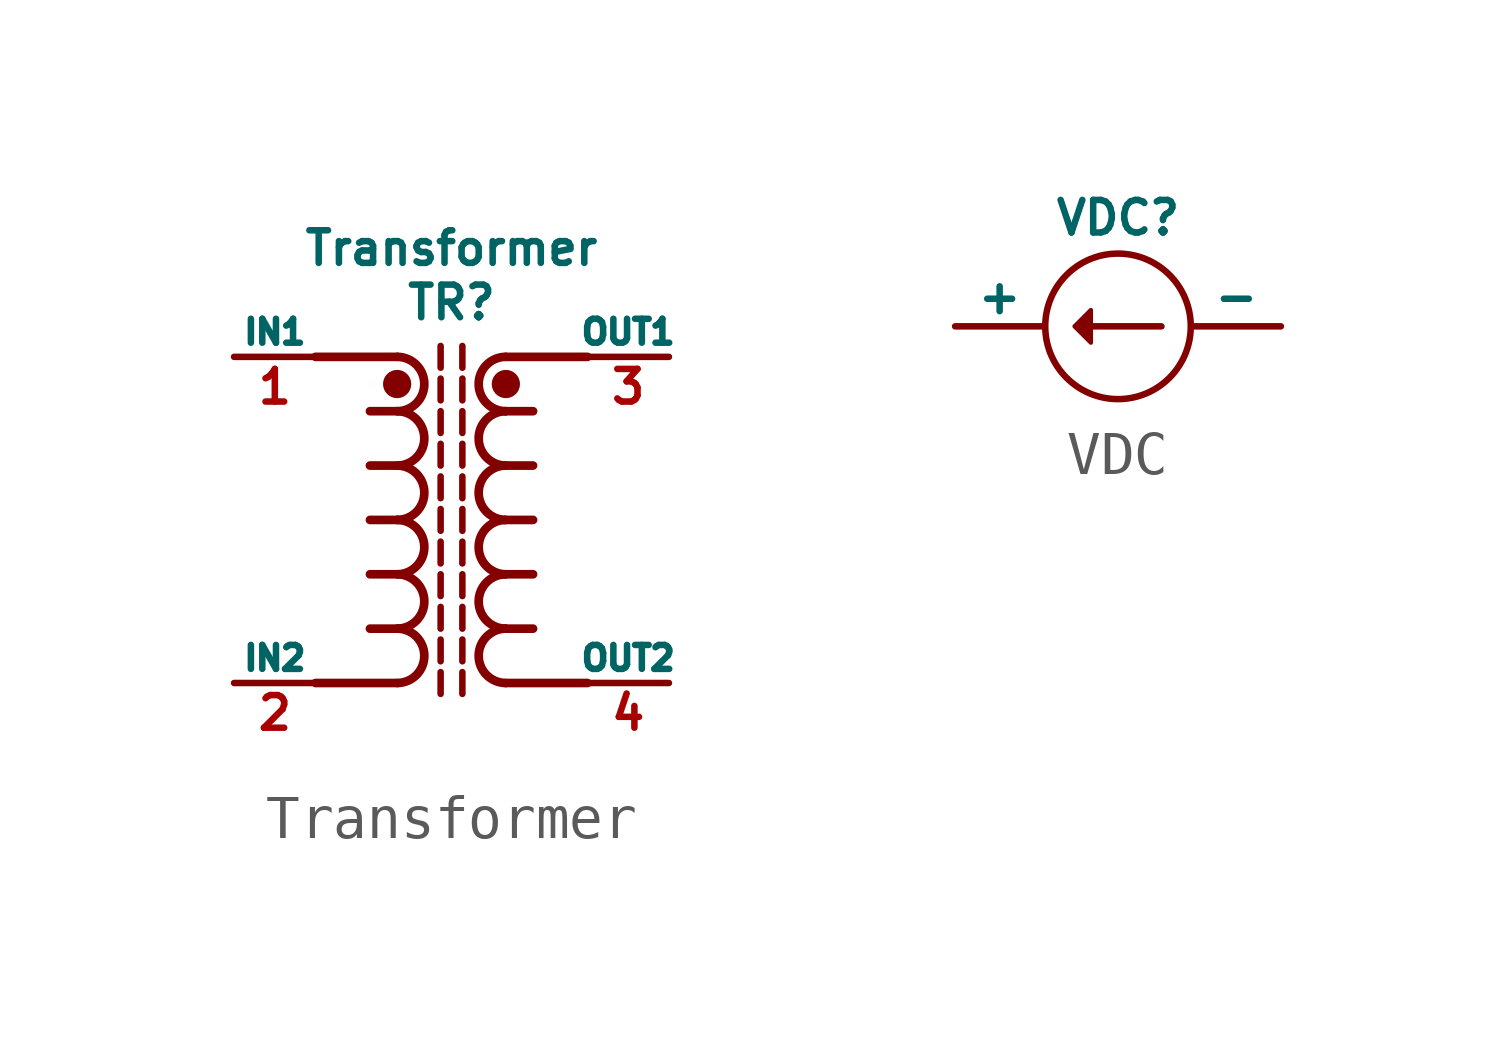
<source format=kicad_sym>
(kicad_symbol_lib
  (version 20231120)
  (generator "kicad_symbol_editor")
  (generator_version "8.0")
  (symbol "Transformer"
    (pin_names
      (offset 0))
    (property "Reference" "TR"
      (at 0 5.08 0)
      (effects (font (size 0.762 0.762))))
    (property "Value" "Transformer"
      (at 0 6.35 0)
      (effects (font (size 0.762 0.762))))
    (symbol "Transformer_1_1"
      (circle (center -1.27 3.175) (radius 0.254) (stroke (width 0) (type default)) (fill (type outline)))
      (arc (start -1.2587 -3.81) (mid -0.6349 -3.175) (end -1.2587 -2.54) (stroke (width 0.2032) (type default)) (fill (type none)))
      (arc (start -1.2587 -2.54) (mid -0.6349 -1.905) (end -1.2587 -1.27) (stroke (width 0.2032) (type default)) (fill (type none)))
      (arc (start -1.2587 -1.27) (mid -0.6349 -0.635) (end -1.2587 0) (stroke (width 0.2032) (type default)) (fill (type none)))
      (arc (start -1.2587 0) (mid -0.6349 0.635) (end -1.2587 1.27) (stroke (width 0.2032) (type default)) (fill (type none)))
      (arc (start -1.2587 1.27) (mid -0.6349 1.905) (end -1.2587 2.54) (stroke (width 0.2032) (type default)) (fill (type none)))
      (arc (start -1.2587 2.54) (mid -0.6349 3.175) (end -1.2587 3.81) (stroke (width 0.2032) (type default)) (fill (type none)))
      (polyline (pts (xy -1.27 -3.81) (xy -3.175 -3.81)) (stroke (width 0.203) (type default)) (fill (type none)))
      (polyline (pts (xy -1.27 -2.54) (xy -1.905 -2.54)) (stroke (width 0.203) (type default)) (fill (type none)))
      (polyline (pts (xy -1.27 -1.27) (xy -1.905 -1.27)) (stroke (width 0.203) (type default)) (fill (type none)))
      (polyline (pts (xy -1.27 0) (xy -1.905 0)) (stroke (width 0.203) (type default)) (fill (type none)))
      (polyline (pts (xy -1.27 1.27) (xy -1.905 1.27)) (stroke (width 0.203) (type default)) (fill (type none)))
      (polyline (pts (xy -1.27 2.54) (xy -1.905 2.54)) (stroke (width 0.203) (type default)) (fill (type none)))
      (polyline (pts (xy -1.27 3.81) (xy -3.175 3.81)) (stroke (width 0.203) (type default)) (fill (type none)))
      (polyline (pts (xy -0.254 -4.064) (xy -0.254 -3.556)) (stroke (width 0) (type solid)) (fill (type none)))
      (polyline (pts (xy -0.254 -3.302) (xy -0.254 -2.794)) (stroke (width 0) (type solid)) (fill (type none)))
      (polyline (pts (xy -0.254 -2.54) (xy -0.254 -2.032)) (stroke (width 0) (type solid)) (fill (type none)))
      (polyline (pts (xy -0.254 -1.778) (xy -0.254 -1.27)) (stroke (width 0) (type solid)) (fill (type none)))
      (polyline (pts (xy -0.254 -1.016) (xy -0.254 -0.508)) (stroke (width 0) (type solid)) (fill (type none)))
      (polyline (pts (xy -0.254 -0.254) (xy -0.254 0.254)) (stroke (width 0) (type solid)) (fill (type none)))
      (polyline (pts (xy -0.254 0.508) (xy -0.254 1.016)) (stroke (width 0) (type solid)) (fill (type none)))
      (polyline (pts (xy -0.254 1.27) (xy -0.254 1.778)) (stroke (width 0) (type solid)) (fill (type none)))
      (polyline (pts (xy -0.254 2.032) (xy -0.254 2.54)) (stroke (width 0) (type solid)) (fill (type none)))
      (polyline (pts (xy -0.254 2.794) (xy -0.254 3.302)) (stroke (width 0) (type solid)) (fill (type none)))
      (polyline (pts (xy -0.254 3.556) (xy -0.254 4.064)) (stroke (width 0) (type solid)) (fill (type none)))
      (polyline (pts (xy 0.254 -4.064) (xy 0.254 -3.556)) (stroke (width 0) (type solid)) (fill (type none)))
      (polyline (pts (xy 0.254 -3.302) (xy 0.254 -2.794)) (stroke (width 0) (type solid)) (fill (type none)))
      (polyline (pts (xy 0.254 -2.54) (xy 0.254 -2.032)) (stroke (width 0) (type solid)) (fill (type none)))
      (polyline (pts (xy 0.254 -1.778) (xy 0.254 -1.27)) (stroke (width 0) (type solid)) (fill (type none)))
      (polyline (pts (xy 0.254 -1.016) (xy 0.254 -0.508)) (stroke (width 0) (type solid)) (fill (type none)))
      (polyline (pts (xy 0.254 -0.254) (xy 0.254 0.254)) (stroke (width 0) (type solid)) (fill (type none)))
      (polyline (pts (xy 0.254 0.508) (xy 0.254 1.016)) (stroke (width 0) (type solid)) (fill (type none)))
      (polyline (pts (xy 0.254 1.27) (xy 0.254 1.778)) (stroke (width 0) (type solid)) (fill (type none)))
      (polyline (pts (xy 0.254 2.032) (xy 0.254 2.54)) (stroke (width 0) (type solid)) (fill (type none)))
      (polyline (pts (xy 0.254 2.794) (xy 0.254 3.302)) (stroke (width 0) (type solid)) (fill (type none)))
      (polyline (pts (xy 0.254 3.556) (xy 0.254 4.064)) (stroke (width 0) (type solid)) (fill (type none)))
      (polyline (pts (xy 1.27 -2.54) (xy 1.905 -2.54)) (stroke (width 0.203) (type default)) (fill (type none)))
      (polyline (pts (xy 1.27 -1.27) (xy 1.905 -1.27)) (stroke (width 0.203) (type default)) (fill (type none)))
      (polyline (pts (xy 1.27 0) (xy 1.905 0)) (stroke (width 0.203) (type default)) (fill (type none)))
      (polyline (pts (xy 1.27 1.27) (xy 1.905 1.27)) (stroke (width 0.203) (type default)) (fill (type none)))
      (polyline (pts (xy 1.27 2.54) (xy 1.905 2.54)) (stroke (width 0.203) (type default)) (fill (type none)))
      (polyline (pts (xy 3.175 -3.81) (xy 1.27 -3.81)) (stroke (width 0.203) (type default)) (fill (type none)))
      (polyline (pts (xy 3.175 3.81) (xy 1.27 3.81)) (stroke (width 0.203) (type default)) (fill (type none)))
      (arc (start 1.2587 -2.54) (mid 0.6349 -3.175) (end 1.2587 -3.81) (stroke (width 0.2032) (type default)) (fill (type none)))
      (arc (start 1.2587 -1.27) (mid 0.6349 -1.905) (end 1.2587 -2.54) (stroke (width 0.2032) (type default)) (fill (type none)))
      (arc (start 1.2587 0) (mid 0.6349 -0.635) (end 1.2587 -1.27) (stroke (width 0.2032) (type default)) (fill (type none)))
      (arc (start 1.2587 1.27) (mid 0.6349 0.635) (end 1.2587 0) (stroke (width 0.2032) (type default)) (fill (type none)))
      (arc (start 1.2587 2.54) (mid 0.6349 1.905) (end 1.2587 1.27) (stroke (width 0.2032) (type default)) (fill (type none)))
      (arc (start 1.2587 3.81) (mid 0.6349 3.175) (end 1.2587 2.54) (stroke (width 0.2032) (type default)) (fill (type none)))
      (circle (center 1.27 3.175) (radius 0.254) (stroke (width 0) (type default)) (fill (type outline)))
      (pin passive line (at -5.08 3.81 0) (length 1.905) (name "IN1" (effects (font (size 0.559 0.559)))) (number "1" (effects (font (size 0.762 0.762)))))
      (pin passive line (at -5.08 -3.81 0) (length 1.905) (name "IN2" (effects (font (size 0.559 0.559)))) (number "2" (effects (font (size 0.762 0.762)))))
      (pin passive line (at 5.08 3.81 180) (length 1.905) (name "OUT1" (effects (font (size 0.559 0.559)))) (number "3" (effects (font (size 0.762 0.762)))))
      (pin passive line (at 5.08 -3.81 180) (length 1.905) (name "OUT2" (effects (font (size 0.559 0.559)))) (number "4" (effects (font (size 0.762 0.762)))))))
  (symbol "VDC"
    (pin_numbers hide)
    (pin_names
      (offset 0))
    (property "Reference" "VDC"
      (at 0 2.54 0)
      (effects (font (size 0.762 0.762))))
    (symbol "VDC_0_1"
      (polyline (pts (xy -0.762 0) (xy 1.016 0)) (stroke (width 0) (type solid)) (fill (type none)))
      (polyline (pts (xy -1.016 0) (xy -0.635 0.381) (xy -0.635 -0.381) (xy -1.016 0)) (stroke (width 0.102) (type solid)) (fill (type outline)))
      (circle (center 0 0) (radius 1.702) (stroke (width 0) (type solid)) (fill (type none))))
    (symbol "VDC_1_1"
      (pin power_out line (at -3.81 0 0) (length 2.083) (name "+" (effects (font (size 0.762 0.762)))) (number "1" (effects (font (size 0.762 0.762)))))
      (pin passive line (at 3.81 0 180) (length 2.083) (name "-" (effects (font (size 0.762 0.762)))) (number "2" (effects (font (size 0.762 0.762))))))))
</source>
